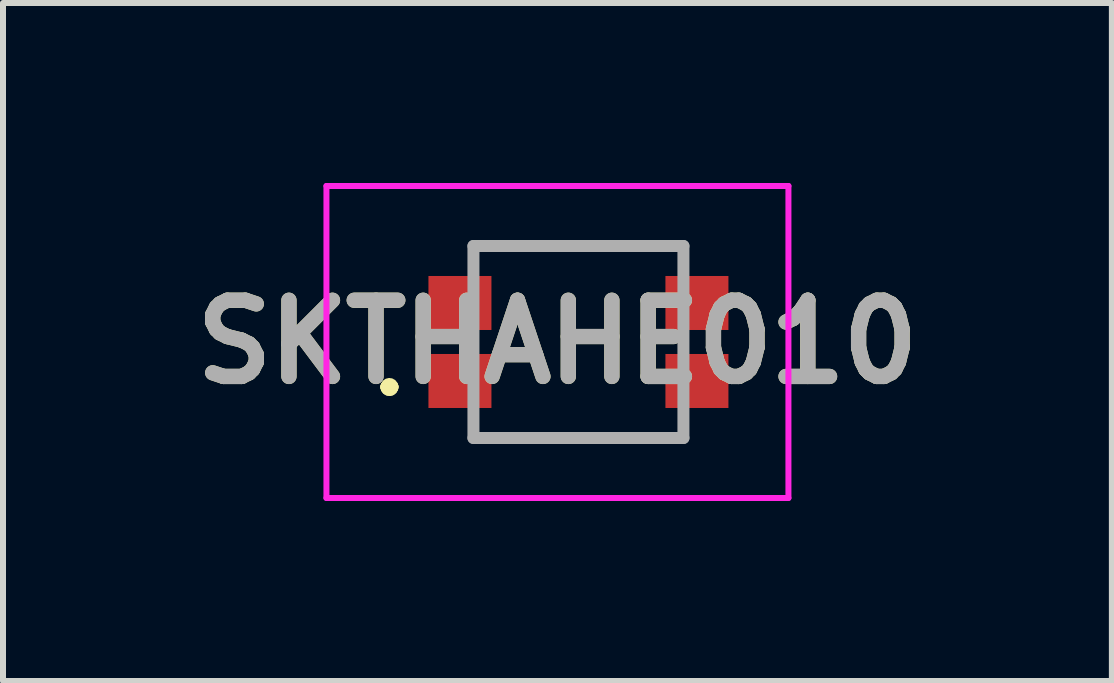
<source format=kicad_pcb>
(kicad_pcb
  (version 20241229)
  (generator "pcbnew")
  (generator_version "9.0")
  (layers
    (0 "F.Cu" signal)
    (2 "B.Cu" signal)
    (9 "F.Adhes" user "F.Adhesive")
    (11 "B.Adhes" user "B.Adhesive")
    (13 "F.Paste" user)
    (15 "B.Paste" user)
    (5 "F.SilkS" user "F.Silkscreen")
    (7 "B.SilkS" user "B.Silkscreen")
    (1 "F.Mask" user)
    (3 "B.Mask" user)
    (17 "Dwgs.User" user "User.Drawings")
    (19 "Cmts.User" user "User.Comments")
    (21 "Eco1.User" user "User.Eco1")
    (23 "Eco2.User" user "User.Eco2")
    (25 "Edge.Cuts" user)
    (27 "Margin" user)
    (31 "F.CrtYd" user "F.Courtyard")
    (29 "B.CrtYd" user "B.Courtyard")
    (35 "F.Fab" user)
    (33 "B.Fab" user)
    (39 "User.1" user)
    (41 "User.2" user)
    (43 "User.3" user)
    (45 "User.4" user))
  (footprint "SKTHAHE010"
    (layer "F.Cu")
    (at 6.591 2.65)
    (property "Reference" "SKTHAHE010" (at -0.35 0 0) (layer "F.SilkS") (effects (font (size 1.27 1.27) (thickness 0.254))))
    (attr smd)
    (fp_line (start -3.2 0.75) (end -3.2 0.75) (stroke (width 0.2) (type solid)) (layer "F.SilkS"))
    (fp_line (start -3.2 0.75) (end -3.2 0.75) (stroke (width 0.2) (type solid)) (layer "F.SilkS"))
    (fp_line (start -3.1 0.75) (end -3.1 0.75) (stroke (width 0.2) (type solid)) (layer "F.SilkS"))
    (fp_line (start -1.75 -1.6) (end -1.75 -1.6) (stroke (width 0.1) (type solid)) (layer "F.SilkS"))
    (fp_line (start -1.75 -1.6) (end 1.75 -1.6) (stroke (width 0.1) (type solid)) (layer "F.SilkS"))
    (fp_line (start -1.75 1.6) (end -1.75 1.6) (stroke (width 0.1) (type solid)) (layer "F.SilkS"))
    (fp_line (start -1.75 1.6) (end 1.75 1.6) (stroke (width 0.1) (type solid)) (layer "F.SilkS"))
    (fp_line (start 1.75 -1.6) (end -1.75 -1.6) (stroke (width 0.1) (type solid)) (layer "F.SilkS"))
    (fp_line (start 1.75 -1.6) (end 1.75 -1.6) (stroke (width 0.1) (type solid)) (layer "F.SilkS"))
    (fp_line (start 1.75 1.6) (end -1.75 1.6) (stroke (width 0.1) (type solid)) (layer "F.SilkS"))
    (fp_line (start 1.75 1.6) (end 1.75 1.6) (stroke (width 0.1) (type solid)) (layer "F.SilkS"))
    (fp_arc (start -3.2 0.75) (mid -3.15 0.7) (end -3.1 0.75) (stroke (width 0.2) (type solid)) (layer "F.SilkS"))
    (fp_arc (start -3.1 0.75) (mid -3.15 0.8) (end -3.2 0.75) (stroke (width 0.2) (type solid)) (layer "F.SilkS"))
    (fp_arc (start -3.1 0.75) (mid -3.15 0.8) (end -3.2 0.75) (stroke (width 0.2) (type solid)) (layer "F.SilkS"))
    (fp_line (start -4.2 -2.6) (end 3.5 -2.6) (stroke (width 0.1) (type solid)) (layer "F.CrtYd"))
    (fp_line (start -4.2 2.6) (end -4.2 -2.6) (stroke (width 0.1) (type solid)) (layer "F.CrtYd"))
    (fp_line (start 3.5 -2.6) (end 3.5 2.6) (stroke (width 0.1) (type solid)) (layer "F.CrtYd"))
    (fp_line (start 3.5 2.6) (end -4.2 2.6) (stroke (width 0.1) (type solid)) (layer "F.CrtYd"))
    (fp_line (start -1.75 -1.6) (end -1.75 1.6) (stroke (width 0.2) (type solid)) (layer "F.Fab"))
    (fp_line (start -1.75 1.6) (end 1.75 1.6) (stroke (width 0.2) (type solid)) (layer "F.Fab"))
    (fp_line (start 1.75 -1.6) (end -1.75 -1.6) (stroke (width 0.2) (type solid)) (layer "F.Fab"))
    (fp_line (start 1.75 1.6) (end 1.75 -1.6) (stroke (width 0.2) (type solid)) (layer "F.Fab"))
    (fp_text user "${REFERENCE}" (at -0.35 0 0) (layer "F.Fab") (effects (font (size 1.27 1.27) (thickness 0.254))))
    (pad "1" smd rect (at -1.975 0.65 90) (size 0.9 1.05) (layers "F.Cu" "F.Mask" "F.Paste"))
    (pad "2" smd rect (at 1.975 0.65 90) (size 0.9 1.05) (layers "F.Cu" "F.Mask" "F.Paste"))
    (pad "3" smd rect (at -1.975 -0.65 90) (size 0.9 1.05) (layers "F.Cu" "F.Mask" "F.Paste"))
    (pad "4" smd rect (at 1.975 -0.65 90) (size 0.9 1.05) (layers "F.Cu" "F.Mask" "F.Paste")))
  (gr_rect
    (start -3 -3)
    (end 15.482 8.3)
    (stroke (width 0.1) (type default))
    (fill no)
    (layer "Edge.Cuts")))
</source>
